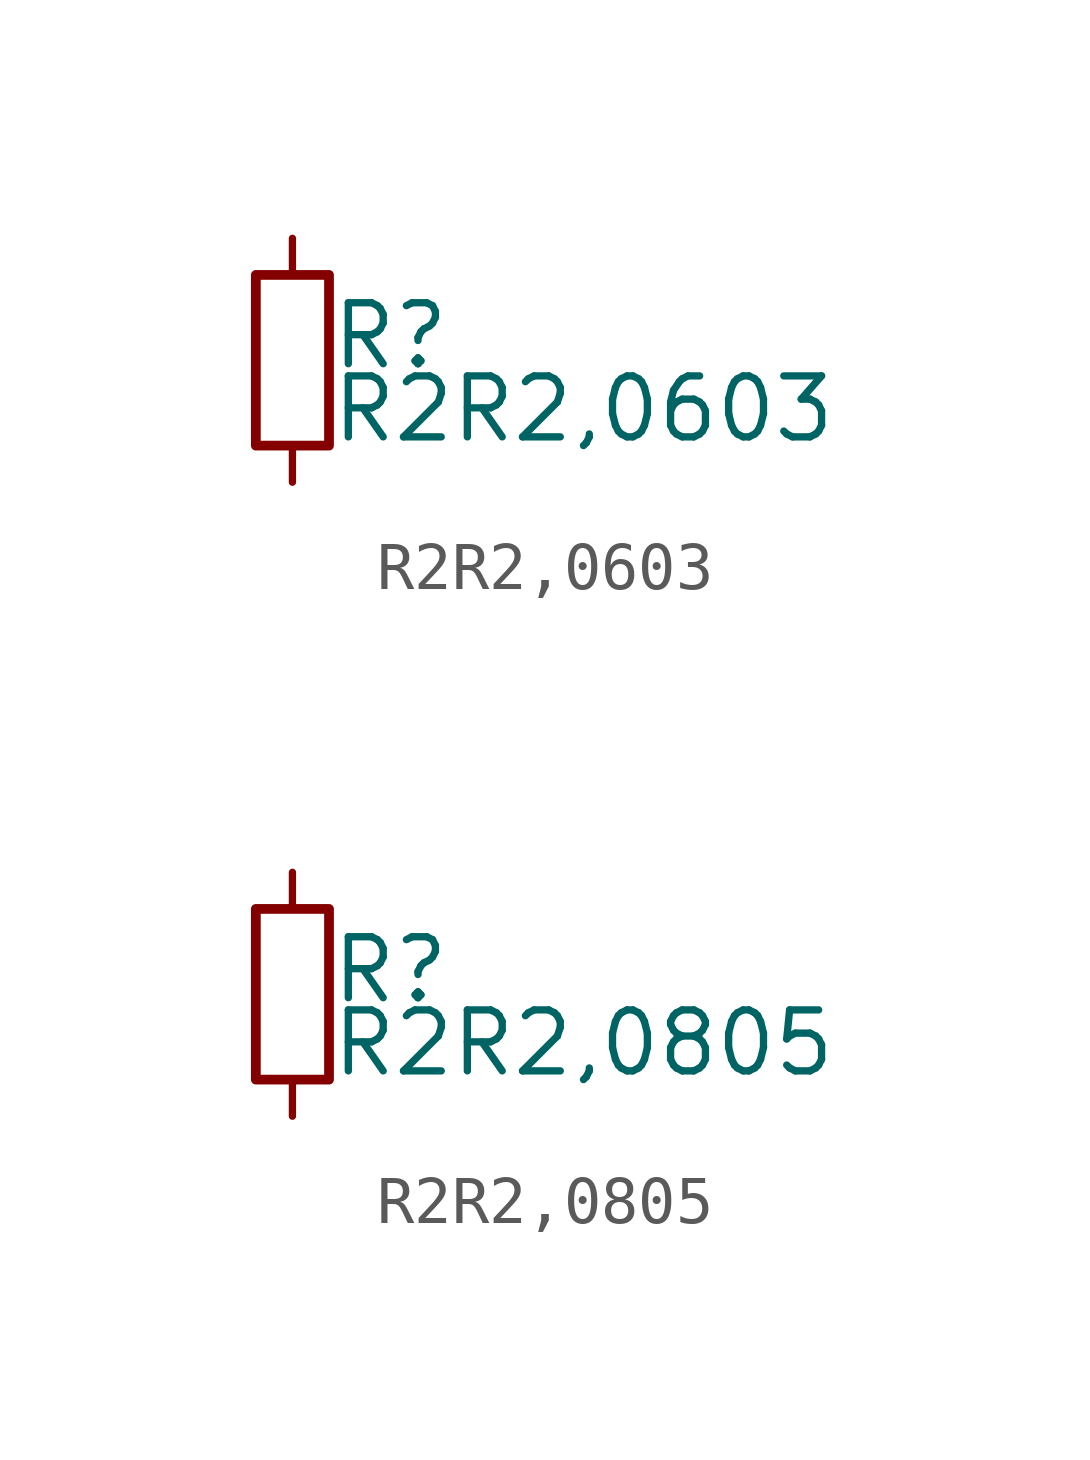
<source format=kicad_sym>
(kicad_symbol_lib
  (version 20211014)
  (generator kicad_symbol_editor)
  (symbol "R2R2,0603"
    (pin_numbers hide)
    (pin_names
      (offset 0.254) hide)
    (property "Reference" "R"
      (at 0.762 0.508 0)
      (effects (font (size 1.27 1.27)) (justify left)))
    (property "Value" "R2R2,0603"
      (at 0.762 -1.016 0)
      (effects (font (size 1.27 1.27)) (justify left)))
    (symbol "R2R2,0603_0_1"
      (rectangle (start -0.762 1.778) (end 0.762 -1.778) (stroke (width 0.203) (type default) (color 0 0 0 0)) (fill (type none))))
    (symbol "R2R2,0603_1_1"
      (pin passive line (at 0 2.54 270) (length 0.762) (name "~" (effects (font (size 1.27 1.27)))) (number "1" (effects (font (size 1.27 1.27)))))
      (pin passive line (at 0 -2.54 90) (length 0.762) (name "~" (effects (font (size 1.27 1.27)))) (number "2" (effects (font (size 1.27 1.27)))))))
  (symbol "R2R2,0805"
    (pin_numbers hide)
    (pin_names
      (offset 0.254) hide)
    (property "Reference" "R"
      (at 0.762 0.508 0)
      (effects (font (size 1.27 1.27)) (justify left)))
    (property "Value" "R2R2,0805"
      (at 0.762 -1.016 0)
      (effects (font (size 1.27 1.27)) (justify left)))
    (symbol "R2R2,0805_0_1"
      (rectangle (start -0.762 1.778) (end 0.762 -1.778) (stroke (width 0.203) (type default) (color 0 0 0 0)) (fill (type none))))
    (symbol "R2R2,0805_1_1"
      (pin passive line (at 0 2.54 270) (length 0.762) (name "~" (effects (font (size 1.27 1.27)))) (number "1" (effects (font (size 1.27 1.27)))))
      (pin passive line (at 0 -2.54 90) (length 0.762) (name "~" (effects (font (size 1.27 1.27)))) (number "2" (effects (font (size 1.27 1.27))))))))
</source>
